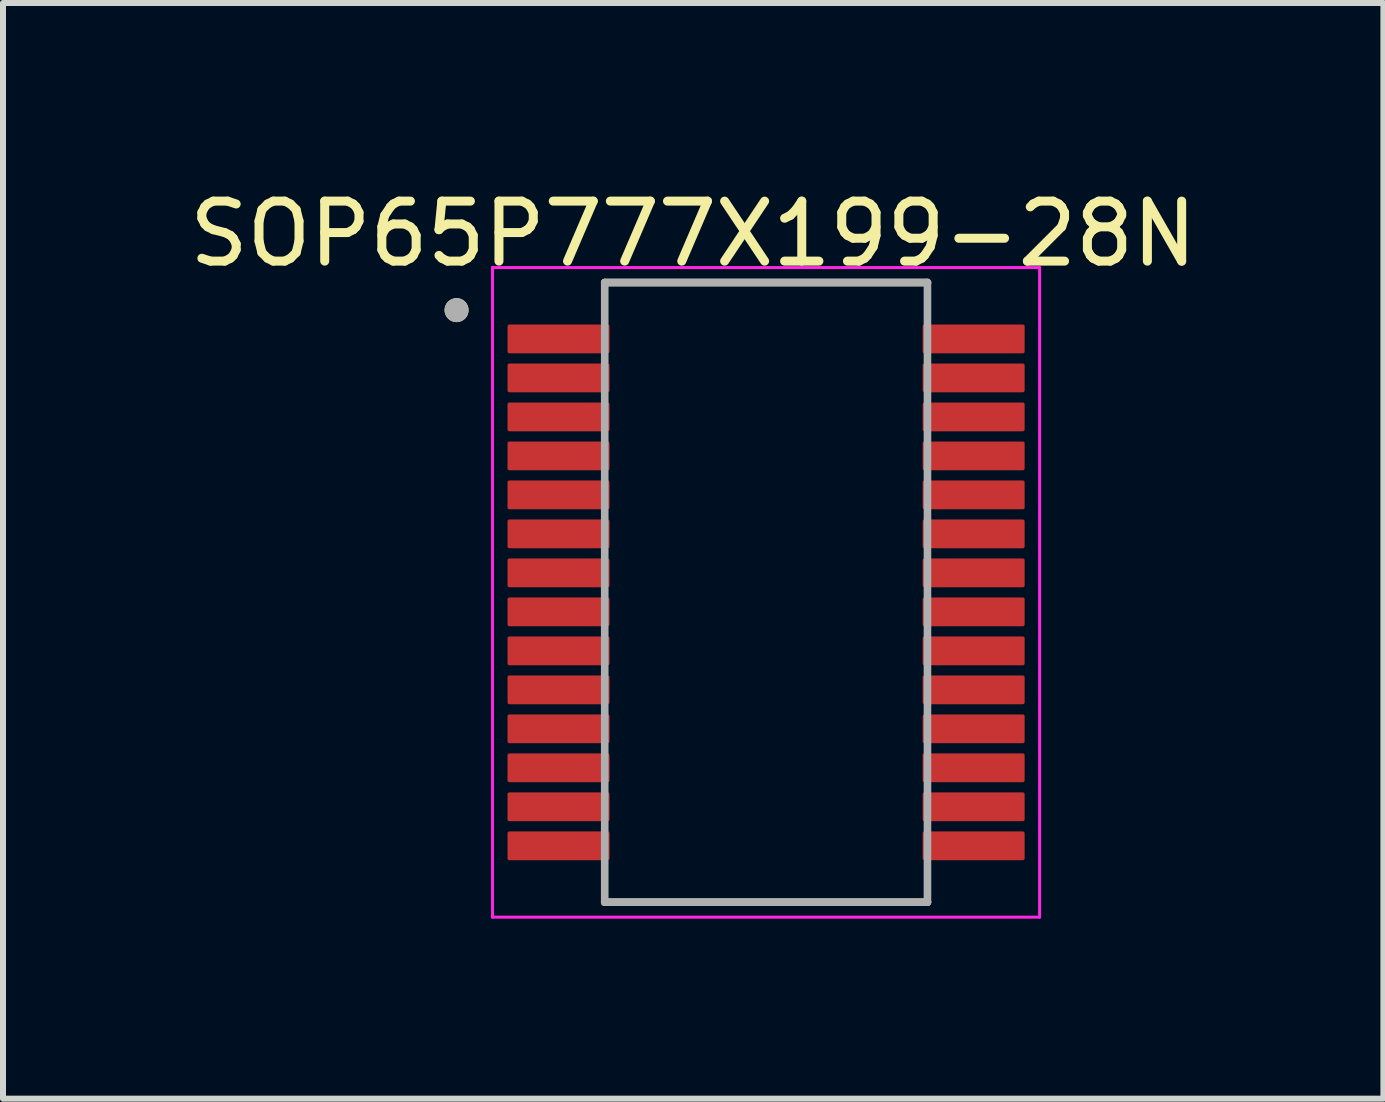
<source format=kicad_pcb>
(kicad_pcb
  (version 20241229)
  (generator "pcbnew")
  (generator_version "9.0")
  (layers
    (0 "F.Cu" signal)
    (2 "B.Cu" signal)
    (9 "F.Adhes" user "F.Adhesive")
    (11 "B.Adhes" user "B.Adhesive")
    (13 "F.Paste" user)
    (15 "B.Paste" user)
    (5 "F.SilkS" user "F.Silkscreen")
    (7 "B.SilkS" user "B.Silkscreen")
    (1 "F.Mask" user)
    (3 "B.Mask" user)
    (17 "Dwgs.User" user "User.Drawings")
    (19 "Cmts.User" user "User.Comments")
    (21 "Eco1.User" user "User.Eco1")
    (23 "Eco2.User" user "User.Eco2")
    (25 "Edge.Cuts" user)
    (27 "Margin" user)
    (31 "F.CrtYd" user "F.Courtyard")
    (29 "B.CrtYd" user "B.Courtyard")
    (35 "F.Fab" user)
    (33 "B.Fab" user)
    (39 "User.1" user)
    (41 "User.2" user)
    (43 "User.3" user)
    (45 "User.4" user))
  (footprint "SOP65P777X199-28N"
    (layer "F.Cu")
    (at 9.721 6.825)
    (property "Reference" "SOP65P777X199-28N" (at -1.215 -5.977 0) (layer "F.SilkS") (effects (font (size 1 1) (thickness 0.15))))
    (attr smd)
    (fp_line (start -2.69 -5.165) (end 2.69 -5.165) (stroke (width 0.127) (type solid)) (layer "F.SilkS"))
    (fp_line (start -2.69 5.165) (end 2.69 5.165) (stroke (width 0.127) (type solid)) (layer "F.SilkS"))
    (fp_circle (center -5.16 -4.705) (end -5.06 -4.705) (stroke (width 0.2) (type solid)) (fill no) (layer "F.SilkS"))
    (fp_line (start -4.56 -5.415) (end -4.56 5.415) (stroke (width 0.05) (type solid)) (layer "F.CrtYd"))
    (fp_line (start -4.56 -5.415) (end 4.56 -5.415) (stroke (width 0.05) (type solid)) (layer "F.CrtYd"))
    (fp_line (start -4.56 5.415) (end 4.56 5.415) (stroke (width 0.05) (type solid)) (layer "F.CrtYd"))
    (fp_line (start 4.56 -5.415) (end 4.56 5.415) (stroke (width 0.05) (type solid)) (layer "F.CrtYd"))
    (fp_line (start -2.69 -5.165) (end -2.69 5.165) (stroke (width 0.127) (type solid)) (layer "F.Fab"))
    (fp_line (start -2.69 -5.165) (end 2.69 -5.165) (stroke (width 0.127) (type solid)) (layer "F.Fab"))
    (fp_line (start -2.69 5.165) (end 2.69 5.165) (stroke (width 0.127) (type solid)) (layer "F.Fab"))
    (fp_line (start 2.69 -5.165) (end 2.69 5.165) (stroke (width 0.127) (type solid)) (layer "F.Fab"))
    (fp_circle (center -5.16 -4.705) (end -5.06 -4.705) (stroke (width 0.2) (type solid)) (fill no) (layer "F.Fab"))
    (pad "1" smd roundrect (at -3.46 -4.225) (size 1.7 0.48) (layers "F.Cu" "F.Mask" "F.Paste") (roundrect_rratio 0.06))
    (pad "2" smd roundrect (at -3.46 -3.575) (size 1.7 0.48) (layers "F.Cu" "F.Mask" "F.Paste") (roundrect_rratio 0.06))
    (pad "3" smd roundrect (at -3.46 -2.925) (size 1.7 0.48) (layers "F.Cu" "F.Mask" "F.Paste") (roundrect_rratio 0.06))
    (pad "4" smd roundrect (at -3.46 -2.275) (size 1.7 0.48) (layers "F.Cu" "F.Mask" "F.Paste") (roundrect_rratio 0.06))
    (pad "5" smd roundrect (at -3.46 -1.625) (size 1.7 0.48) (layers "F.Cu" "F.Mask" "F.Paste") (roundrect_rratio 0.06))
    (pad "6" smd roundrect (at -3.46 -0.975) (size 1.7 0.48) (layers "F.Cu" "F.Mask" "F.Paste") (roundrect_rratio 0.06))
    (pad "7" smd roundrect (at -3.46 -0.325) (size 1.7 0.48) (layers "F.Cu" "F.Mask" "F.Paste") (roundrect_rratio 0.06))
    (pad "8" smd roundrect (at -3.46 0.325) (size 1.7 0.48) (layers "F.Cu" "F.Mask" "F.Paste") (roundrect_rratio 0.06))
    (pad "9" smd roundrect (at -3.46 0.975) (size 1.7 0.48) (layers "F.Cu" "F.Mask" "F.Paste") (roundrect_rratio 0.06))
    (pad "10" smd roundrect (at -3.46 1.625) (size 1.7 0.48) (layers "F.Cu" "F.Mask" "F.Paste") (roundrect_rratio 0.06))
    (pad "11" smd roundrect (at -3.46 2.275) (size 1.7 0.48) (layers "F.Cu" "F.Mask" "F.Paste") (roundrect_rratio 0.06))
    (pad "12" smd roundrect (at -3.46 2.925) (size 1.7 0.48) (layers "F.Cu" "F.Mask" "F.Paste") (roundrect_rratio 0.06))
    (pad "13" smd roundrect (at -3.46 3.575) (size 1.7 0.48) (layers "F.Cu" "F.Mask" "F.Paste") (roundrect_rratio 0.06))
    (pad "14" smd roundrect (at -3.46 4.225) (size 1.7 0.48) (layers "F.Cu" "F.Mask" "F.Paste") (roundrect_rratio 0.06))
    (pad "15" smd roundrect (at 3.46 4.225) (size 1.7 0.48) (layers "F.Cu" "F.Mask" "F.Paste") (roundrect_rratio 0.06))
    (pad "16" smd roundrect (at 3.46 3.575) (size 1.7 0.48) (layers "F.Cu" "F.Mask" "F.Paste") (roundrect_rratio 0.06))
    (pad "17" smd roundrect (at 3.46 2.925) (size 1.7 0.48) (layers "F.Cu" "F.Mask" "F.Paste") (roundrect_rratio 0.06))
    (pad "18" smd roundrect (at 3.46 2.275) (size 1.7 0.48) (layers "F.Cu" "F.Mask" "F.Paste") (roundrect_rratio 0.06))
    (pad "19" smd roundrect (at 3.46 1.625) (size 1.7 0.48) (layers "F.Cu" "F.Mask" "F.Paste") (roundrect_rratio 0.06))
    (pad "20" smd roundrect (at 3.46 0.975) (size 1.7 0.48) (layers "F.Cu" "F.Mask" "F.Paste") (roundrect_rratio 0.06))
    (pad "21" smd roundrect (at 3.46 0.325) (size 1.7 0.48) (layers "F.Cu" "F.Mask" "F.Paste") (roundrect_rratio 0.06))
    (pad "22" smd roundrect (at 3.46 -0.325) (size 1.7 0.48) (layers "F.Cu" "F.Mask" "F.Paste") (roundrect_rratio 0.06))
    (pad "23" smd roundrect (at 3.46 -0.975) (size 1.7 0.48) (layers "F.Cu" "F.Mask" "F.Paste") (roundrect_rratio 0.06))
    (pad "24" smd roundrect (at 3.46 -1.625) (size 1.7 0.48) (layers "F.Cu" "F.Mask" "F.Paste") (roundrect_rratio 0.06))
    (pad "25" smd roundrect (at 3.46 -2.275) (size 1.7 0.48) (layers "F.Cu" "F.Mask" "F.Paste") (roundrect_rratio 0.06))
    (pad "26" smd roundrect (at 3.46 -2.925) (size 1.7 0.48) (layers "F.Cu" "F.Mask" "F.Paste") (roundrect_rratio 0.06))
    (pad "27" smd roundrect (at 3.46 -3.575) (size 1.7 0.48) (layers "F.Cu" "F.Mask" "F.Paste") (roundrect_rratio 0.06))
    (pad "28" smd roundrect (at 3.46 -4.225) (size 1.7 0.48) (layers "F.Cu" "F.Mask" "F.Paste") (roundrect_rratio 0.06)))
  (gr_rect
    (start -3 -3)
    (end 20.012 15.265)
    (stroke (width 0.1) (type default))
    (fill no)
    (layer "Edge.Cuts")))
</source>
